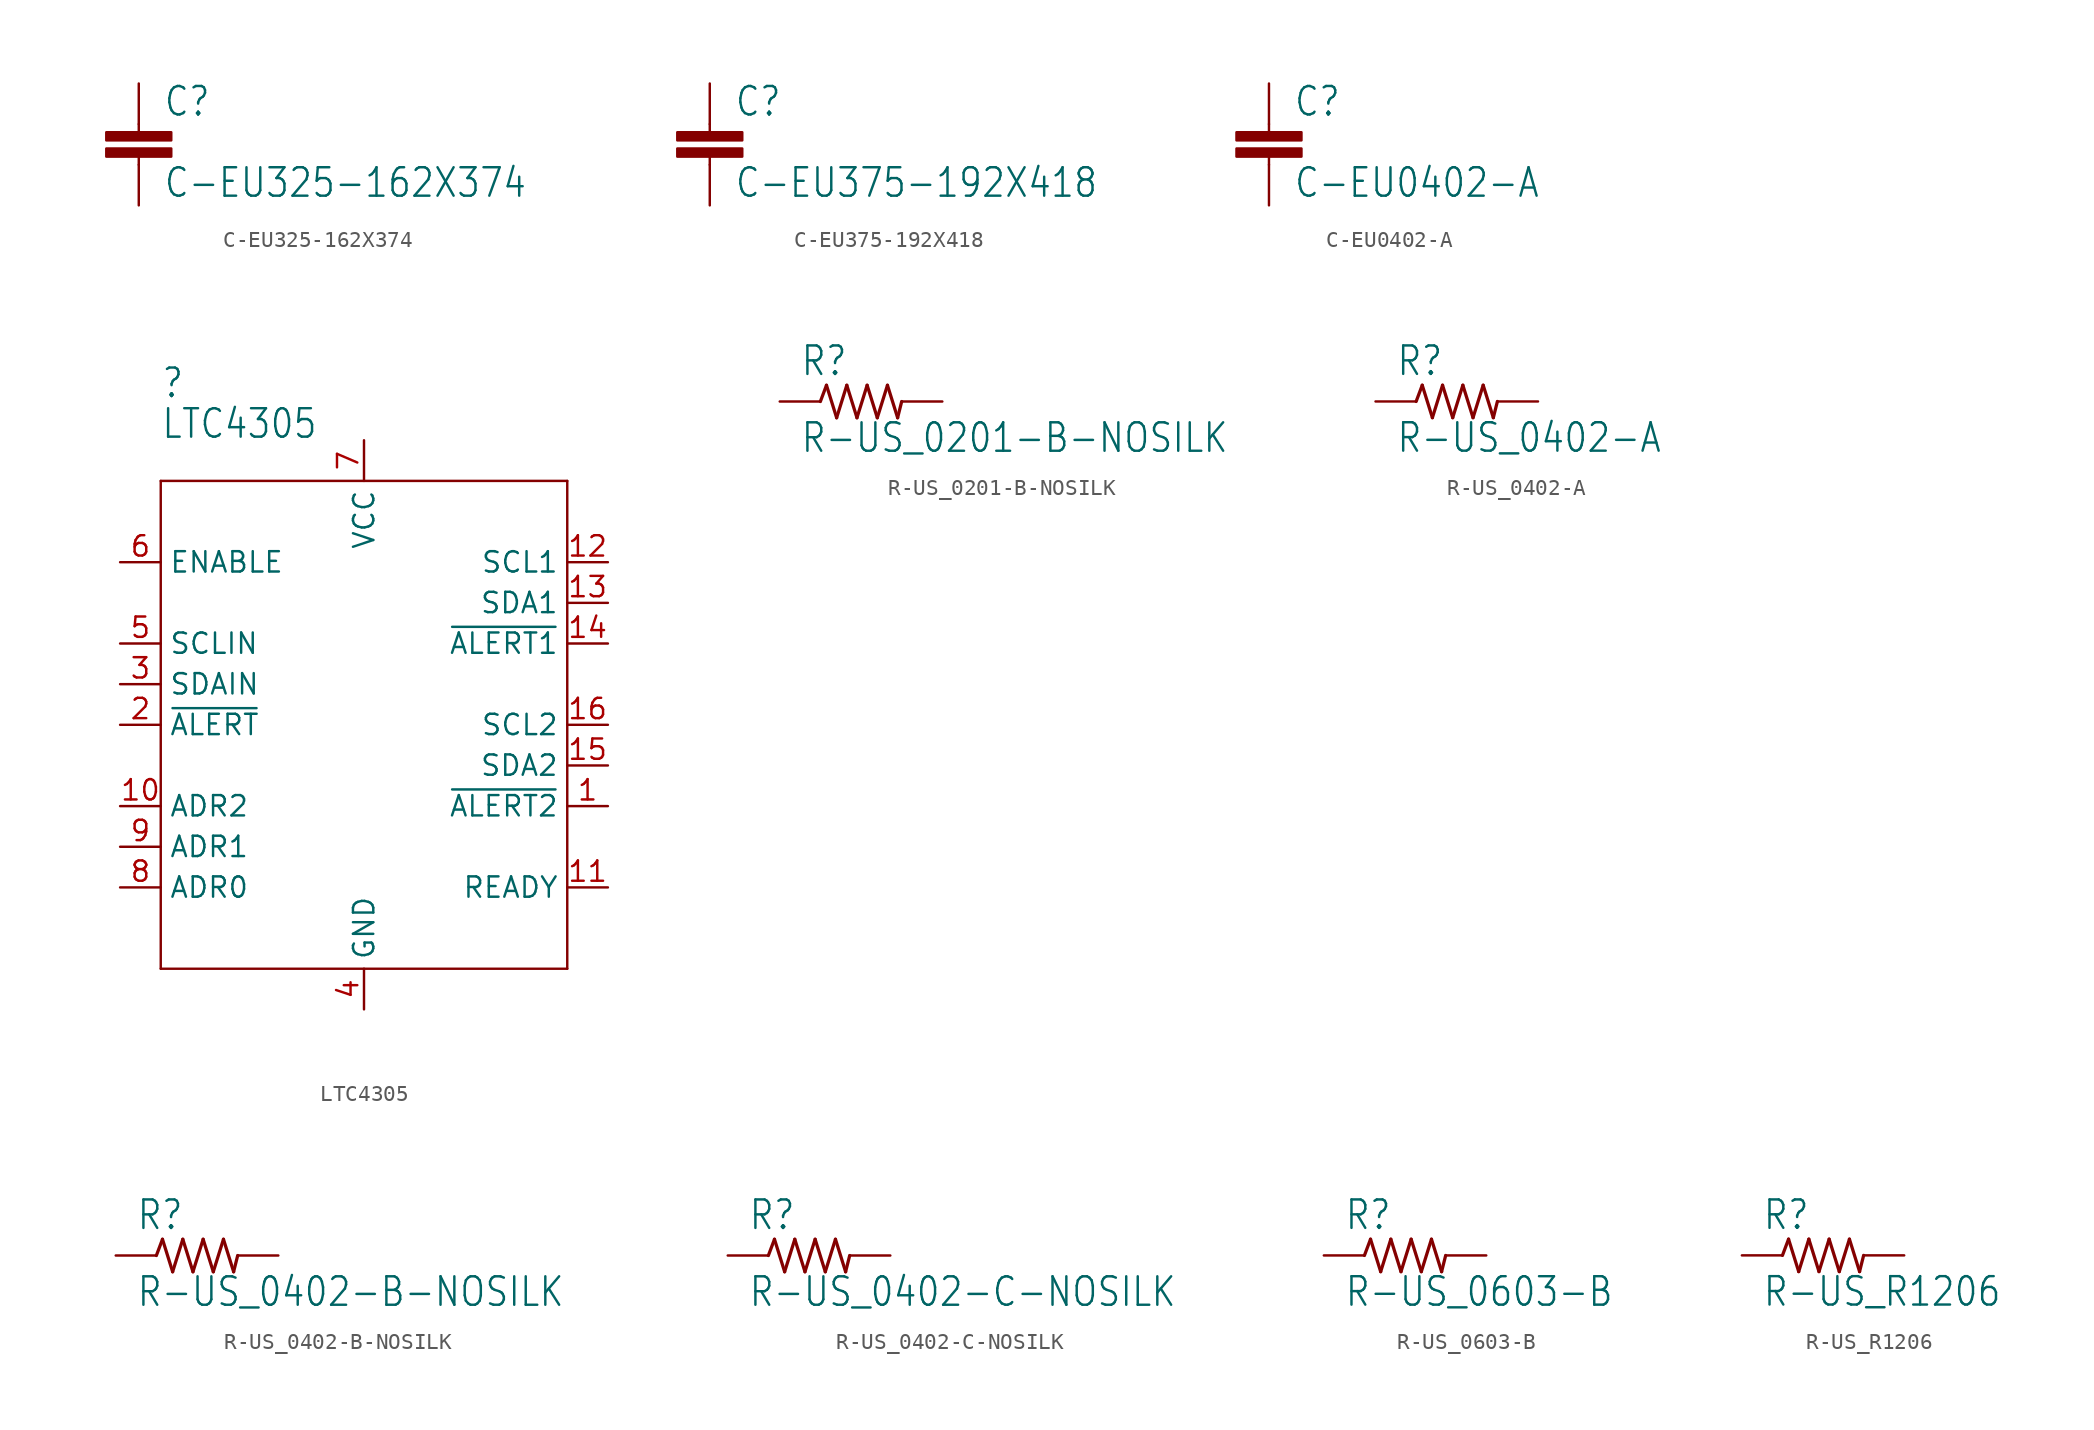
<source format=kicad_sym>
(kicad_symbol_lib
  (version 20211014)
  (generator kicad_symbol_editor)
  (symbol "C-EU325-162X374"
    (property "Reference" "C"
      (at 1.524 0.381 0)
      (effects (font (size 1.778 1.511)) (justify left bottom)))
    (property "Value" "C-EU325-162X374"
      (at 1.524 -4.699 0)
      (effects (font (size 1.778 1.511)) (justify left bottom)))
    (property "ki_locked" ""
      (at 0 0 0)
      (effects (font (size 1.27 1.27))))
    (symbol "C-EU325-162X374_1_0"
      (rectangle (start -2.032 -2.032) (end 2.032 -1.524) (stroke (width 0) (type default) (color 0 0 0 0)) (fill (type outline)))
      (rectangle (start -2.032 -1.016) (end 2.032 -0.508) (stroke (width 0) (type default) (color 0 0 0 0)) (fill (type outline)))
      (polyline (pts (xy 0 -2.54) (xy 0 -2.032)) (stroke (width 0.152) (type default) (color 0 0 0 0)) (fill (type none)))
      (polyline (pts (xy 0 0) (xy 0 -0.508)) (stroke (width 0.152) (type default) (color 0 0 0 0)) (fill (type none)))
      (pin passive line (at 0 2.54 270) (length 2.54) (name "1" (effects (font (size 0 0)))) (number "1" (effects (font (size 0 0)))))
      (pin passive line (at 0 -5.08 90) (length 2.54) (name "2" (effects (font (size 0 0)))) (number "2" (effects (font (size 0 0)))))))
  (symbol "C-EU375-192X418"
    (property "Reference" "C"
      (at 1.524 0.381 0)
      (effects (font (size 1.778 1.511)) (justify left bottom)))
    (property "Value" "C-EU375-192X418"
      (at 1.524 -4.699 0)
      (effects (font (size 1.778 1.511)) (justify left bottom)))
    (property "ki_locked" ""
      (at 0 0 0)
      (effects (font (size 1.27 1.27))))
    (symbol "C-EU375-192X418_1_0"
      (rectangle (start -2.032 -2.032) (end 2.032 -1.524) (stroke (width 0) (type default) (color 0 0 0 0)) (fill (type outline)))
      (rectangle (start -2.032 -1.016) (end 2.032 -0.508) (stroke (width 0) (type default) (color 0 0 0 0)) (fill (type outline)))
      (polyline (pts (xy 0 -2.54) (xy 0 -2.032)) (stroke (width 0.152) (type default) (color 0 0 0 0)) (fill (type none)))
      (polyline (pts (xy 0 0) (xy 0 -0.508)) (stroke (width 0.152) (type default) (color 0 0 0 0)) (fill (type none)))
      (pin passive line (at 0 2.54 270) (length 2.54) (name "1" (effects (font (size 0 0)))) (number "1" (effects (font (size 0 0)))))
      (pin passive line (at 0 -5.08 90) (length 2.54) (name "2" (effects (font (size 0 0)))) (number "2" (effects (font (size 0 0)))))))
  (symbol "C-EU0402-A"
    (property "Reference" "C"
      (at 1.524 0.381 0)
      (effects (font (size 1.778 1.511)) (justify left bottom)))
    (property "Value" "C-EU0402-A"
      (at 1.524 -4.699 0)
      (effects (font (size 1.778 1.511)) (justify left bottom)))
    (property "ki_locked" ""
      (at 0 0 0)
      (effects (font (size 1.27 1.27))))
    (symbol "C-EU0402-A_1_0"
      (rectangle (start -2.032 -2.032) (end 2.032 -1.524) (stroke (width 0) (type default) (color 0 0 0 0)) (fill (type outline)))
      (rectangle (start -2.032 -1.016) (end 2.032 -0.508) (stroke (width 0) (type default) (color 0 0 0 0)) (fill (type outline)))
      (polyline (pts (xy 0 -2.54) (xy 0 -2.032)) (stroke (width 0.152) (type default) (color 0 0 0 0)) (fill (type none)))
      (polyline (pts (xy 0 0) (xy 0 -0.508)) (stroke (width 0.152) (type default) (color 0 0 0 0)) (fill (type none)))
      (pin passive line (at 0 2.54 270) (length 2.54) (name "1" (effects (font (size 0 0)))) (number "1" (effects (font (size 0 0)))))
      (pin passive line (at 0 -5.08 90) (length 2.54) (name "2" (effects (font (size 0 0)))) (number "2" (effects (font (size 0 0)))))))
  (symbol "LTC4305"
    (property "Reference" ""
      (at -12.7 20.32 0)
      (effects (font (size 1.778 1.511)) (justify left bottom)))
    (property "Value" "LTC4305"
      (at -12.7 17.78 0)
      (effects (font (size 1.778 1.511)) (justify left bottom)))
    (property "ki_locked" ""
      (at 0 0 0)
      (effects (font (size 1.27 1.27))))
    (symbol "LTC4305_1_0"
      (polyline (pts (xy -12.7 -15.24) (xy 12.7 -15.24)) (stroke (width 0.152) (type default) (color 0 0 0 0)) (fill (type none)))
      (polyline (pts (xy -12.7 15.24) (xy -12.7 -15.24)) (stroke (width 0.152) (type default) (color 0 0 0 0)) (fill (type none)))
      (polyline (pts (xy 12.7 -15.24) (xy 12.7 15.24)) (stroke (width 0.152) (type default) (color 0 0 0 0)) (fill (type none)))
      (polyline (pts (xy 12.7 15.24) (xy -12.7 15.24)) (stroke (width 0.152) (type default) (color 0 0 0 0)) (fill (type none)))
      (pin input line (at 15.24 -5.08 180) (length 2.54) (name "~{ALERT2}" (effects (font (size 1.27 1.27)))) (number "1" (effects (font (size 1.27 1.27)))))
      (pin input line (at -15.24 -5.08 0) (length 2.54) (name "ADR2" (effects (font (size 1.27 1.27)))) (number "10" (effects (font (size 1.27 1.27)))))
      (pin output line (at 15.24 -10.16 180) (length 2.54) (name "READY" (effects (font (size 1.27 1.27)))) (number "11" (effects (font (size 1.27 1.27)))))
      (pin bidirectional line (at 15.24 10.16 180) (length 2.54) (name "SCL1" (effects (font (size 1.27 1.27)))) (number "12" (effects (font (size 1.27 1.27)))))
      (pin bidirectional line (at 15.24 7.62 180) (length 2.54) (name "SDA1" (effects (font (size 1.27 1.27)))) (number "13" (effects (font (size 1.27 1.27)))))
      (pin input line (at 15.24 5.08 180) (length 2.54) (name "~{ALERT1}" (effects (font (size 1.27 1.27)))) (number "14" (effects (font (size 1.27 1.27)))))
      (pin bidirectional line (at 15.24 -2.54 180) (length 2.54) (name "SDA2" (effects (font (size 1.27 1.27)))) (number "15" (effects (font (size 1.27 1.27)))))
      (pin bidirectional line (at 15.24 0 180) (length 2.54) (name "SCL2" (effects (font (size 1.27 1.27)))) (number "16" (effects (font (size 1.27 1.27)))))
      (pin output line (at -15.24 0 0) (length 2.54) (name "~{ALERT}" (effects (font (size 1.27 1.27)))) (number "2" (effects (font (size 1.27 1.27)))))
      (pin bidirectional line (at -15.24 2.54 0) (length 2.54) (name "SDAIN" (effects (font (size 1.27 1.27)))) (number "3" (effects (font (size 1.27 1.27)))))
      (pin power_in line (at 0 -17.78 90) (length 2.54) (name "GND" (effects (font (size 1.27 1.27)))) (number "4" (effects (font (size 1.27 1.27)))))
      (pin bidirectional line (at -15.24 5.08 0) (length 2.54) (name "SCLIN" (effects (font (size 1.27 1.27)))) (number "5" (effects (font (size 1.27 1.27)))))
      (pin input line (at -15.24 10.16 0) (length 2.54) (name "ENABLE" (effects (font (size 1.27 1.27)))) (number "6" (effects (font (size 1.27 1.27)))))
      (pin power_in line (at 0 17.78 270) (length 2.54) (name "VCC" (effects (font (size 1.27 1.27)))) (number "7" (effects (font (size 1.27 1.27)))))
      (pin input line (at -15.24 -10.16 0) (length 2.54) (name "ADR0" (effects (font (size 1.27 1.27)))) (number "8" (effects (font (size 1.27 1.27)))))
      (pin input line (at -15.24 -7.62 0) (length 2.54) (name "ADR1" (effects (font (size 1.27 1.27)))) (number "9" (effects (font (size 1.27 1.27)))))))
  (symbol "R-US_0201-B-NOSILK"
    (property "Reference" "R"
      (at -3.81 1.499 0)
      (effects (font (size 1.778 1.511)) (justify left bottom)))
    (property "Value" "R-US_0201-B-NOSILK"
      (at -3.81 -3.302 0)
      (effects (font (size 1.778 1.511)) (justify left bottom)))
    (property "ki_locked" ""
      (at 0 0 0)
      (effects (font (size 1.27 1.27))))
    (symbol "R-US_0201-B-NOSILK_1_0"
      (polyline (pts (xy -2.54 0) (xy -2.159 1.016)) (stroke (width 0.203) (type default) (color 0 0 0 0)) (fill (type none)))
      (polyline (pts (xy -2.159 1.016) (xy -1.524 -1.016)) (stroke (width 0.203) (type default) (color 0 0 0 0)) (fill (type none)))
      (polyline (pts (xy -1.524 -1.016) (xy -0.889 1.016)) (stroke (width 0.203) (type default) (color 0 0 0 0)) (fill (type none)))
      (polyline (pts (xy -0.889 1.016) (xy -0.254 -1.016)) (stroke (width 0.203) (type default) (color 0 0 0 0)) (fill (type none)))
      (polyline (pts (xy -0.254 -1.016) (xy 0.381 1.016)) (stroke (width 0.203) (type default) (color 0 0 0 0)) (fill (type none)))
      (polyline (pts (xy 0.381 1.016) (xy 1.016 -1.016)) (stroke (width 0.203) (type default) (color 0 0 0 0)) (fill (type none)))
      (polyline (pts (xy 1.016 -1.016) (xy 1.651 1.016)) (stroke (width 0.203) (type default) (color 0 0 0 0)) (fill (type none)))
      (polyline (pts (xy 1.651 1.016) (xy 2.286 -1.016)) (stroke (width 0.203) (type default) (color 0 0 0 0)) (fill (type none)))
      (polyline (pts (xy 2.286 -1.016) (xy 2.54 0)) (stroke (width 0.203) (type default) (color 0 0 0 0)) (fill (type none)))
      (pin passive line (at -5.08 0 0) (length 2.54) (name "1" (effects (font (size 0 0)))) (number "1" (effects (font (size 0 0)))))
      (pin passive line (at 5.08 0 180) (length 2.54) (name "2" (effects (font (size 0 0)))) (number "2" (effects (font (size 0 0)))))))
  (symbol "R-US_0402-A"
    (property "Reference" "R"
      (at -3.81 1.499 0)
      (effects (font (size 1.778 1.511)) (justify left bottom)))
    (property "Value" "R-US_0402-A"
      (at -3.81 -3.302 0)
      (effects (font (size 1.778 1.511)) (justify left bottom)))
    (property "ki_locked" ""
      (at 0 0 0)
      (effects (font (size 1.27 1.27))))
    (symbol "R-US_0402-A_1_0"
      (polyline (pts (xy -2.54 0) (xy -2.159 1.016)) (stroke (width 0.203) (type default) (color 0 0 0 0)) (fill (type none)))
      (polyline (pts (xy -2.159 1.016) (xy -1.524 -1.016)) (stroke (width 0.203) (type default) (color 0 0 0 0)) (fill (type none)))
      (polyline (pts (xy -1.524 -1.016) (xy -0.889 1.016)) (stroke (width 0.203) (type default) (color 0 0 0 0)) (fill (type none)))
      (polyline (pts (xy -0.889 1.016) (xy -0.254 -1.016)) (stroke (width 0.203) (type default) (color 0 0 0 0)) (fill (type none)))
      (polyline (pts (xy -0.254 -1.016) (xy 0.381 1.016)) (stroke (width 0.203) (type default) (color 0 0 0 0)) (fill (type none)))
      (polyline (pts (xy 0.381 1.016) (xy 1.016 -1.016)) (stroke (width 0.203) (type default) (color 0 0 0 0)) (fill (type none)))
      (polyline (pts (xy 1.016 -1.016) (xy 1.651 1.016)) (stroke (width 0.203) (type default) (color 0 0 0 0)) (fill (type none)))
      (polyline (pts (xy 1.651 1.016) (xy 2.286 -1.016)) (stroke (width 0.203) (type default) (color 0 0 0 0)) (fill (type none)))
      (polyline (pts (xy 2.286 -1.016) (xy 2.54 0)) (stroke (width 0.203) (type default) (color 0 0 0 0)) (fill (type none)))
      (pin passive line (at -5.08 0 0) (length 2.54) (name "1" (effects (font (size 0 0)))) (number "1" (effects (font (size 0 0)))))
      (pin passive line (at 5.08 0 180) (length 2.54) (name "2" (effects (font (size 0 0)))) (number "2" (effects (font (size 0 0)))))))
  (symbol "R-US_0402-B-NOSILK"
    (property "Reference" "R"
      (at -3.81 1.499 0)
      (effects (font (size 1.778 1.511)) (justify left bottom)))
    (property "Value" "R-US_0402-B-NOSILK"
      (at -3.81 -3.302 0)
      (effects (font (size 1.778 1.511)) (justify left bottom)))
    (property "ki_locked" ""
      (at 0 0 0)
      (effects (font (size 1.27 1.27))))
    (symbol "R-US_0402-B-NOSILK_1_0"
      (polyline (pts (xy -2.54 0) (xy -2.159 1.016)) (stroke (width 0.203) (type default) (color 0 0 0 0)) (fill (type none)))
      (polyline (pts (xy -2.159 1.016) (xy -1.524 -1.016)) (stroke (width 0.203) (type default) (color 0 0 0 0)) (fill (type none)))
      (polyline (pts (xy -1.524 -1.016) (xy -0.889 1.016)) (stroke (width 0.203) (type default) (color 0 0 0 0)) (fill (type none)))
      (polyline (pts (xy -0.889 1.016) (xy -0.254 -1.016)) (stroke (width 0.203) (type default) (color 0 0 0 0)) (fill (type none)))
      (polyline (pts (xy -0.254 -1.016) (xy 0.381 1.016)) (stroke (width 0.203) (type default) (color 0 0 0 0)) (fill (type none)))
      (polyline (pts (xy 0.381 1.016) (xy 1.016 -1.016)) (stroke (width 0.203) (type default) (color 0 0 0 0)) (fill (type none)))
      (polyline (pts (xy 1.016 -1.016) (xy 1.651 1.016)) (stroke (width 0.203) (type default) (color 0 0 0 0)) (fill (type none)))
      (polyline (pts (xy 1.651 1.016) (xy 2.286 -1.016)) (stroke (width 0.203) (type default) (color 0 0 0 0)) (fill (type none)))
      (polyline (pts (xy 2.286 -1.016) (xy 2.54 0)) (stroke (width 0.203) (type default) (color 0 0 0 0)) (fill (type none)))
      (pin passive line (at -5.08 0 0) (length 2.54) (name "1" (effects (font (size 0 0)))) (number "1" (effects (font (size 0 0)))))
      (pin passive line (at 5.08 0 180) (length 2.54) (name "2" (effects (font (size 0 0)))) (number "2" (effects (font (size 0 0)))))))
  (symbol "R-US_0402-C-NOSILK"
    (property "Reference" "R"
      (at -3.81 1.499 0)
      (effects (font (size 1.778 1.511)) (justify left bottom)))
    (property "Value" "R-US_0402-C-NOSILK"
      (at -3.81 -3.302 0)
      (effects (font (size 1.778 1.511)) (justify left bottom)))
    (property "ki_locked" ""
      (at 0 0 0)
      (effects (font (size 1.27 1.27))))
    (symbol "R-US_0402-C-NOSILK_1_0"
      (polyline (pts (xy -2.54 0) (xy -2.159 1.016)) (stroke (width 0.203) (type default) (color 0 0 0 0)) (fill (type none)))
      (polyline (pts (xy -2.159 1.016) (xy -1.524 -1.016)) (stroke (width 0.203) (type default) (color 0 0 0 0)) (fill (type none)))
      (polyline (pts (xy -1.524 -1.016) (xy -0.889 1.016)) (stroke (width 0.203) (type default) (color 0 0 0 0)) (fill (type none)))
      (polyline (pts (xy -0.889 1.016) (xy -0.254 -1.016)) (stroke (width 0.203) (type default) (color 0 0 0 0)) (fill (type none)))
      (polyline (pts (xy -0.254 -1.016) (xy 0.381 1.016)) (stroke (width 0.203) (type default) (color 0 0 0 0)) (fill (type none)))
      (polyline (pts (xy 0.381 1.016) (xy 1.016 -1.016)) (stroke (width 0.203) (type default) (color 0 0 0 0)) (fill (type none)))
      (polyline (pts (xy 1.016 -1.016) (xy 1.651 1.016)) (stroke (width 0.203) (type default) (color 0 0 0 0)) (fill (type none)))
      (polyline (pts (xy 1.651 1.016) (xy 2.286 -1.016)) (stroke (width 0.203) (type default) (color 0 0 0 0)) (fill (type none)))
      (polyline (pts (xy 2.286 -1.016) (xy 2.54 0)) (stroke (width 0.203) (type default) (color 0 0 0 0)) (fill (type none)))
      (pin passive line (at -5.08 0 0) (length 2.54) (name "1" (effects (font (size 0 0)))) (number "1" (effects (font (size 0 0)))))
      (pin passive line (at 5.08 0 180) (length 2.54) (name "2" (effects (font (size 0 0)))) (number "2" (effects (font (size 0 0)))))))
  (symbol "R-US_0603-B"
    (property "Reference" "R"
      (at -3.81 1.499 0)
      (effects (font (size 1.778 1.511)) (justify left bottom)))
    (property "Value" "R-US_0603-B"
      (at -3.81 -3.302 0)
      (effects (font (size 1.778 1.511)) (justify left bottom)))
    (property "ki_locked" ""
      (at 0 0 0)
      (effects (font (size 1.27 1.27))))
    (symbol "R-US_0603-B_1_0"
      (polyline (pts (xy -2.54 0) (xy -2.159 1.016)) (stroke (width 0.203) (type default) (color 0 0 0 0)) (fill (type none)))
      (polyline (pts (xy -2.159 1.016) (xy -1.524 -1.016)) (stroke (width 0.203) (type default) (color 0 0 0 0)) (fill (type none)))
      (polyline (pts (xy -1.524 -1.016) (xy -0.889 1.016)) (stroke (width 0.203) (type default) (color 0 0 0 0)) (fill (type none)))
      (polyline (pts (xy -0.889 1.016) (xy -0.254 -1.016)) (stroke (width 0.203) (type default) (color 0 0 0 0)) (fill (type none)))
      (polyline (pts (xy -0.254 -1.016) (xy 0.381 1.016)) (stroke (width 0.203) (type default) (color 0 0 0 0)) (fill (type none)))
      (polyline (pts (xy 0.381 1.016) (xy 1.016 -1.016)) (stroke (width 0.203) (type default) (color 0 0 0 0)) (fill (type none)))
      (polyline (pts (xy 1.016 -1.016) (xy 1.651 1.016)) (stroke (width 0.203) (type default) (color 0 0 0 0)) (fill (type none)))
      (polyline (pts (xy 1.651 1.016) (xy 2.286 -1.016)) (stroke (width 0.203) (type default) (color 0 0 0 0)) (fill (type none)))
      (polyline (pts (xy 2.286 -1.016) (xy 2.54 0)) (stroke (width 0.203) (type default) (color 0 0 0 0)) (fill (type none)))
      (pin passive line (at -5.08 0 0) (length 2.54) (name "1" (effects (font (size 0 0)))) (number "1" (effects (font (size 0 0)))))
      (pin passive line (at 5.08 0 180) (length 2.54) (name "2" (effects (font (size 0 0)))) (number "2" (effects (font (size 0 0)))))))
  (symbol "R-US_R1206"
    (property "Reference" "R"
      (at -3.81 1.499 0)
      (effects (font (size 1.778 1.511)) (justify left bottom)))
    (property "Value" "R-US_R1206"
      (at -3.81 -3.302 0)
      (effects (font (size 1.778 1.511)) (justify left bottom)))
    (property "ki_locked" ""
      (at 0 0 0)
      (effects (font (size 1.27 1.27))))
    (symbol "R-US_R1206_1_0"
      (polyline (pts (xy -2.54 0) (xy -2.159 1.016)) (stroke (width 0.203) (type default) (color 0 0 0 0)) (fill (type none)))
      (polyline (pts (xy -2.159 1.016) (xy -1.524 -1.016)) (stroke (width 0.203) (type default) (color 0 0 0 0)) (fill (type none)))
      (polyline (pts (xy -1.524 -1.016) (xy -0.889 1.016)) (stroke (width 0.203) (type default) (color 0 0 0 0)) (fill (type none)))
      (polyline (pts (xy -0.889 1.016) (xy -0.254 -1.016)) (stroke (width 0.203) (type default) (color 0 0 0 0)) (fill (type none)))
      (polyline (pts (xy -0.254 -1.016) (xy 0.381 1.016)) (stroke (width 0.203) (type default) (color 0 0 0 0)) (fill (type none)))
      (polyline (pts (xy 0.381 1.016) (xy 1.016 -1.016)) (stroke (width 0.203) (type default) (color 0 0 0 0)) (fill (type none)))
      (polyline (pts (xy 1.016 -1.016) (xy 1.651 1.016)) (stroke (width 0.203) (type default) (color 0 0 0 0)) (fill (type none)))
      (polyline (pts (xy 1.651 1.016) (xy 2.286 -1.016)) (stroke (width 0.203) (type default) (color 0 0 0 0)) (fill (type none)))
      (polyline (pts (xy 2.286 -1.016) (xy 2.54 0)) (stroke (width 0.203) (type default) (color 0 0 0 0)) (fill (type none)))
      (pin passive line (at -5.08 0 0) (length 2.54) (name "1" (effects (font (size 0 0)))) (number "1" (effects (font (size 0 0)))))
      (pin passive line (at 5.08 0 180) (length 2.54) (name "2" (effects (font (size 0 0)))) (number "2" (effects (font (size 0 0))))))))
</source>
